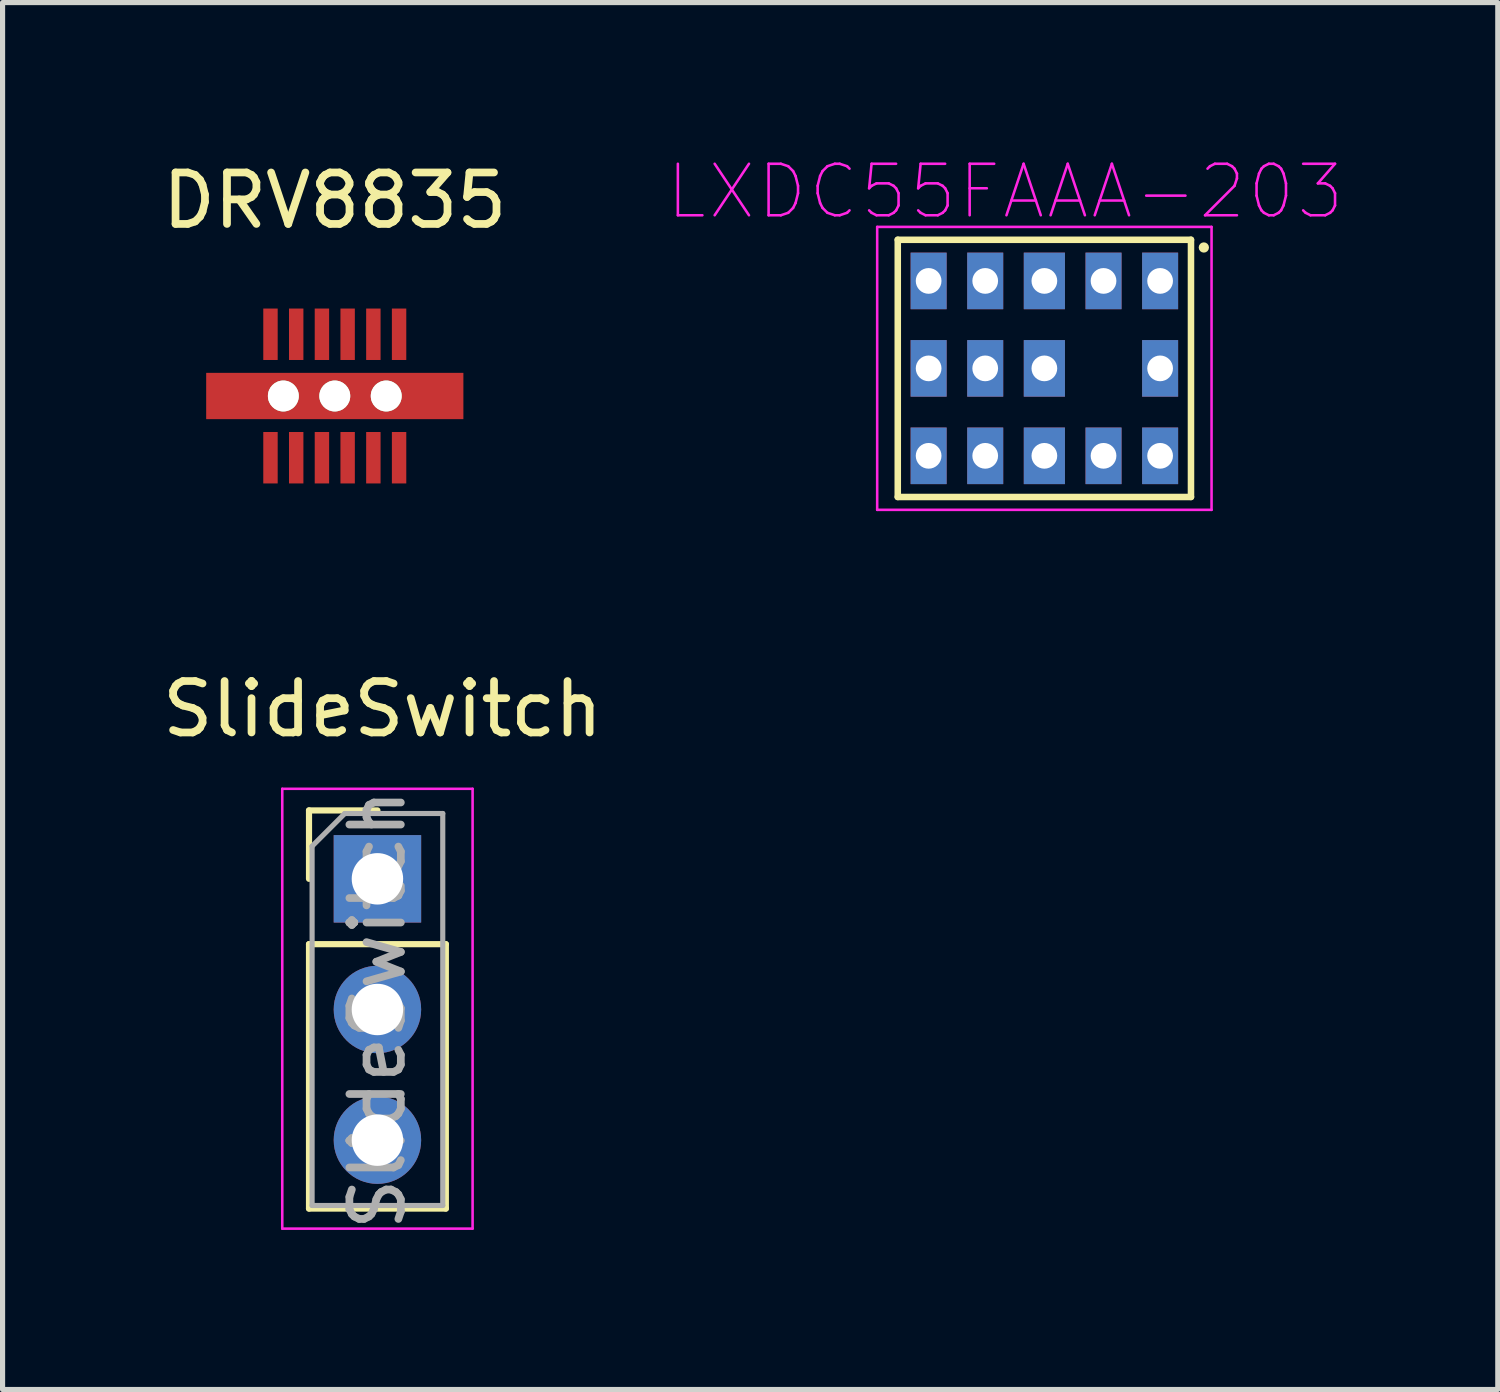
<source format=kicad_pcb>
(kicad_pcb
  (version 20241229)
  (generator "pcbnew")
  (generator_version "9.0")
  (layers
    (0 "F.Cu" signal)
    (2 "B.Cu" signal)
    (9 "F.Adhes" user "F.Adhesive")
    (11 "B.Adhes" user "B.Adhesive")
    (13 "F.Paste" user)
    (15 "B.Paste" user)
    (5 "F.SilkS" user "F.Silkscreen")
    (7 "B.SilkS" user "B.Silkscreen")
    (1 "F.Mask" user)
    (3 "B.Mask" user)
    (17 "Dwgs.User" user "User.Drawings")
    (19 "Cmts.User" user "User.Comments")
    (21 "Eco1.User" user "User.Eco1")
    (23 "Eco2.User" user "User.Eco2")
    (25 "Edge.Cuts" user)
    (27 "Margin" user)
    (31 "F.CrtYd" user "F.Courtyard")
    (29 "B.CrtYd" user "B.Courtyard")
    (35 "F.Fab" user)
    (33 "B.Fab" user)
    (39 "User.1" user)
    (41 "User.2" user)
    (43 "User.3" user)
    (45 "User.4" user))
  (footprint "SlideSwitch"
    (layer "F.Cu")
    (at 4.287 14.034)
    (property "Reference" "SlideSwitch" (at 0.1 -3.3 0) (layer "F.SilkS") (effects (font (size 1 1) (thickness 0.15))))
    (attr through_hole)
    (fp_line (start -1.33 -1.33) (end 0 -1.33) (stroke (width 0.12) (type solid)) (layer "F.SilkS"))
    (fp_line (start -1.33 0) (end -1.33 -1.33) (stroke (width 0.12) (type solid)) (layer "F.SilkS"))
    (fp_line (start -1.33 1.27) (end -1.33 6.41) (stroke (width 0.12) (type solid)) (layer "F.SilkS"))
    (fp_line (start -1.33 1.27) (end 1.33 1.27) (stroke (width 0.12) (type solid)) (layer "F.SilkS"))
    (fp_line (start -1.33 6.41) (end 1.33 6.41) (stroke (width 0.12) (type solid)) (layer "F.SilkS"))
    (fp_line (start 1.33 1.27) (end 1.33 6.41) (stroke (width 0.12) (type solid)) (layer "F.SilkS"))
    (fp_line (start -1.85 -1.75) (end -1.85 6.8) (stroke (width 0.05) (type solid)) (layer "F.CrtYd"))
    (fp_line (start -1.85 6.8) (end 1.85 6.8) (stroke (width 0.05) (type solid)) (layer "F.CrtYd"))
    (fp_line (start 1.85 -1.75) (end -1.85 -1.75) (stroke (width 0.05) (type solid)) (layer "F.CrtYd"))
    (fp_line (start 1.85 6.8) (end 1.85 -1.75) (stroke (width 0.05) (type solid)) (layer "F.CrtYd"))
    (fp_line (start -1.27 -0.635) (end -0.635 -1.27) (stroke (width 0.1) (type solid)) (layer "F.Fab"))
    (fp_line (start -1.27 6.35) (end -1.27 -0.635) (stroke (width 0.1) (type solid)) (layer "F.Fab"))
    (fp_line (start -0.635 -1.27) (end 1.27 -1.27) (stroke (width 0.1) (type solid)) (layer "F.Fab"))
    (fp_line (start 1.27 -1.27) (end 1.27 6.35) (stroke (width 0.1) (type solid)) (layer "F.Fab"))
    (fp_line (start 1.27 6.35) (end -1.27 6.35) (stroke (width 0.1) (type solid)) (layer "F.Fab"))
    (fp_text user "${REFERENCE}" (at 0 2.54 90) (layer "F.Fab") (effects (font (size 1 1) (thickness 0.15))))
    (pad "1" thru_hole rect (at 0 0) (size 1.7 1.7) (drill 1) (layers "*.Cu" "*.Mask"))
    (pad "2" thru_hole oval (at 0 2.54) (size 1.7 1.7) (drill 1) (layers "*.Cu" "*.Mask"))
    (pad "3" thru_hole oval (at 0 5.08) (size 1.7 1.7) (drill 1) (layers "*.Cu" "*.Mask")))
  (footprint "LXDC55FAAA-203"
    (layer "F.Cu")
    (at 17.252 4.111)
    (property "Reference" "LXDC55FAAA-203" (at -0.761 -3.437 0) (layer "F.CrtYd") (effects (font (size 1.001 1.001) (thickness 0.05))))
    (attr smd)
    (fp_line (start -2.85 -2.5) (end 2.85 -2.5) (stroke (width 0.127) (type solid)) (layer "F.SilkS"))
    (fp_line (start -2.85 2.5) (end -2.85 -2.5) (stroke (width 0.127) (type solid)) (layer "F.SilkS"))
    (fp_line (start 2.85 -2.5) (end 2.85 2.5) (stroke (width 0.127) (type solid)) (layer "F.SilkS"))
    (fp_line (start 2.85 2.5) (end -2.85 2.5) (stroke (width 0.127) (type solid)) (layer "F.SilkS"))
    (fp_circle (center 3.1 -2.35) (end 3.15 -2.35) (stroke (width 0.1) (type solid)) (fill no) (layer "F.SilkS"))
    (fp_line (start -3.25 -2.75) (end 3.25 -2.75) (stroke (width 0.05) (type solid)) (layer "F.CrtYd"))
    (fp_line (start -3.25 2.75) (end -3.25 -2.75) (stroke (width 0.05) (type solid)) (layer "F.CrtYd"))
    (fp_line (start 3.25 -2.75) (end 3.25 2.75) (stroke (width 0.05) (type solid)) (layer "F.CrtYd"))
    (fp_line (start 3.25 2.75) (end -3.25 2.75) (stroke (width 0.05) (type solid)) (layer "F.CrtYd"))
    (pad "1" thru_hole rect (at 2.25 -1.7) (size 0.7 1.1) (drill 0.5) (layers "*.Cu" "*.Mask"))
    (pad "2" thru_hole rect (at 1.15 -1.7) (size 0.7 1.1) (drill 0.5) (layers "*.Cu" "*.Mask"))
    (pad "3" thru_hole rect (at 0 -1.7) (size 0.8 1.1) (drill 0.5) (layers "*.Cu" "*.Mask"))
    (pad "4" thru_hole rect (at -1.15 -1.7) (size 0.7 1.1) (drill 0.5) (layers "*.Cu" "*.Mask"))
    (pad "5" thru_hole rect (at -2.25 -1.7) (size 0.7 1.1) (drill 0.5) (layers "*.Cu" "*.Mask"))
    (pad "6" thru_hole rect (at -2.25 0) (size 0.7 1.1) (drill 0.5) (layers "*.Cu" "*.Mask"))
    (pad "7" thru_hole rect (at -2.25 1.7) (size 0.7 1.1) (drill 0.5) (layers "*.Cu" "*.Mask"))
    (pad "8" thru_hole rect (at -1.15 1.7) (size 0.7 1.1) (drill 0.5) (layers "*.Cu" "*.Mask"))
    (pad "9" thru_hole rect (at 0 1.7) (size 0.8 1.1) (drill 0.5) (layers "*.Cu" "*.Mask"))
    (pad "10" thru_hole rect (at 1.15 1.7) (size 0.7 1.1) (drill 0.5) (layers "*.Cu" "*.Mask"))
    (pad "11" thru_hole rect (at 2.25 1.7) (size 0.7 1.1) (drill 0.5) (layers "*.Cu" "*.Mask"))
    (pad "12" thru_hole rect (at 2.25 0) (size 0.7 1.1) (drill 0.5) (layers "*.Cu" "*.Mask"))
    (pad "13" thru_hole rect (at 0 0) (size 0.8 1.1) (drill 0.5) (layers "*.Cu" "*.Mask"))
    (pad "14" thru_hole rect (at -1.15 0) (size 0.7 1.1) (drill 0.5) (layers "*.Cu" "*.Mask")))
  (footprint "DRV8835"
    (placed yes)
    (layer "F.Cu")
    (at 3.458 4.648)
    (property "Reference" "DRV8835" (at 0 -3.8 0) (layer "F.SilkS") (effects (font (size 1 1) (thickness 0.15))))
    (attr through_hole)
    (pad "1" smd rect (at -1.25 0.95) (size 0.28 1) (drill (offset 0 0.25)) (layers "F.Cu" "F.Mask" "F.Paste"))
    (pad "2" smd rect (at -0.75 0.95) (size 0.28 1) (drill (offset 0 0.25)) (layers "F.Cu" "F.Mask" "F.Paste"))
    (pad "3" smd rect (at -0.25 0.95) (size 0.28 1) (drill (offset 0 0.25)) (layers "F.Cu" "F.Mask" "F.Paste"))
    (pad "4" smd rect (at 0.25 0.95) (size 0.28 1) (drill (offset 0 0.25)) (layers "F.Cu" "F.Mask" "F.Paste"))
    (pad "5" smd rect (at 0.75 0.95) (size 0.28 1) (drill (offset 0 0.25)) (layers "F.Cu" "F.Mask" "F.Paste"))
    (pad "6" smd rect (at 1.25 0.95) (size 0.28 1) (drill (offset 0 0.25)) (layers "F.Cu" "F.Mask" "F.Paste"))
    (pad "7" smd rect (at 1.25 -0.95) (size 0.28 1) (drill (offset 0 -0.25)) (layers "F.Cu" "F.Mask" "F.Paste"))
    (pad "8" smd rect (at 0.75 -0.95) (size 0.28 1) (drill (offset 0 -0.25)) (layers "F.Cu" "F.Mask" "F.Paste"))
    (pad "9" smd rect (at 0.25 -0.95) (size 0.28 1) (drill (offset 0 -0.25)) (layers "F.Cu" "F.Mask" "F.Paste"))
    (pad "10" smd rect (at -0.25 -0.95) (size 0.28 1) (drill (offset 0 -0.25)) (layers "F.Cu" "F.Mask" "F.Paste"))
    (pad "11" smd rect (at -0.75 -0.95) (size 0.28 1) (drill (offset 0 -0.25)) (layers "F.Cu" "F.Mask" "F.Paste"))
    (pad "12" smd rect (at -1.25 -0.95) (size 0.28 1) (drill (offset 0 -0.25)) (layers "F.Cu" "F.Mask" "F.Paste"))
    (pad "13" thru_hole circle (at -1 0) (size 0.6 0.6) (drill 0.6) (layers "*.Cu" "*.Mask" "F.SilkS"))
    (pad "13" thru_hole circle (at 0 0) (size 0.6 0.6) (drill 0.6) (layers "*.Cu" "*.Mask" "F.SilkS"))
    (pad "13" smd rect (at 0 0) (size 5 0.9) (layers "F.Cu" "F.Mask" "F.Paste"))
    (pad "13" thru_hole circle (at 1 0) (size 0.6 0.6) (drill 0.6) (layers "*.Cu" "*.Mask" "F.SilkS")))
  (gr_rect
    (start -3 -3)
    (end 26.066 23.961)
    (stroke (width 0.1) (type default))
    (fill no)
    (layer "Edge.Cuts")))
</source>
